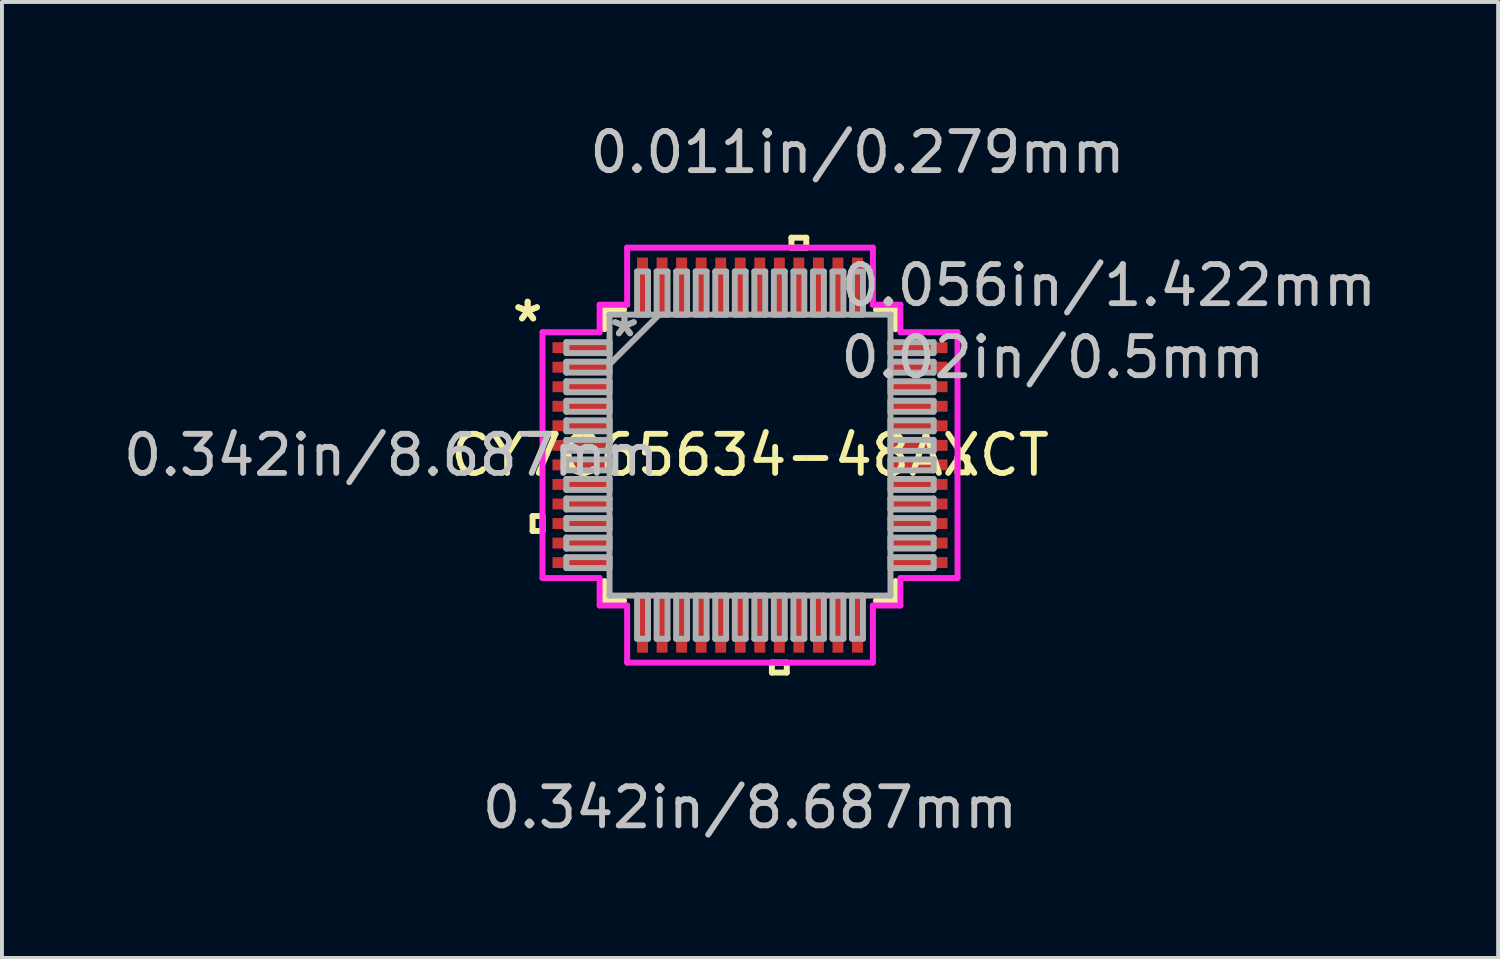
<source format=kicad_pcb>
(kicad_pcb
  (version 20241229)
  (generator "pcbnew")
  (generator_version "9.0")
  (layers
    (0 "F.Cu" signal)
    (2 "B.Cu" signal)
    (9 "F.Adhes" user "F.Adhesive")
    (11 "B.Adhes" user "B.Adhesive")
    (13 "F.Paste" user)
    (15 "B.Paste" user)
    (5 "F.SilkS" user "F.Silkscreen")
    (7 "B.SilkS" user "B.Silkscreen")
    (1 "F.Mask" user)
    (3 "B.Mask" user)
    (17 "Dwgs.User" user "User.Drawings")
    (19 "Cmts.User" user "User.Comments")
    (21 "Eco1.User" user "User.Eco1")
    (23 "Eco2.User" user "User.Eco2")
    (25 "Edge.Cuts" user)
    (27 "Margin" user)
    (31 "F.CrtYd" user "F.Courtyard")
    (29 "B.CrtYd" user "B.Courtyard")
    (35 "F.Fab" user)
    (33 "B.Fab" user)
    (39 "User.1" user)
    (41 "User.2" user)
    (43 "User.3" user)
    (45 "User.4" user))
  (footprint "CY7C65634-48AXCT"
    (layer "F.Cu")
    (at 16.14 8.595)
    (property "Reference" "CY7C65634-48AXCT" (at 0 0 0) (layer "F.SilkS") (effects (font (size 1 1) (thickness 0.15))))
    (attr through_hole)
    (fp_line (start -5.563 1.559) (end -5.563 1.94) (stroke (width 0.152) (type solid)) (layer "F.SilkS"))
    (fp_line (start -5.563 1.94) (end -5.309 1.94) (stroke (width 0.152) (type solid)) (layer "F.SilkS"))
    (fp_line (start -5.309 1.559) (end -5.563 1.559) (stroke (width 0.152) (type solid)) (layer "F.SilkS"))
    (fp_line (start -5.309 1.94) (end -5.309 1.559) (stroke (width 0.152) (type solid)) (layer "F.SilkS"))
    (fp_line (start -3.721 -3.721) (end -3.721 -3.222) (stroke (width 0.152) (type solid)) (layer "F.SilkS"))
    (fp_line (start -3.721 3.222) (end -3.721 3.721) (stroke (width 0.152) (type solid)) (layer "F.SilkS"))
    (fp_line (start -3.721 3.721) (end -3.222 3.721) (stroke (width 0.152) (type solid)) (layer "F.SilkS"))
    (fp_line (start -3.222 -3.721) (end -3.721 -3.721) (stroke (width 0.152) (type solid)) (layer "F.SilkS"))
    (fp_line (start 0.56 5.309) (end 0.56 5.563) (stroke (width 0.152) (type solid)) (layer "F.SilkS"))
    (fp_line (start 0.56 5.563) (end 0.941 5.563) (stroke (width 0.152) (type solid)) (layer "F.SilkS"))
    (fp_line (start 0.941 5.309) (end 0.56 5.309) (stroke (width 0.152) (type solid)) (layer "F.SilkS"))
    (fp_line (start 0.941 5.563) (end 0.941 5.309) (stroke (width 0.152) (type solid)) (layer "F.SilkS"))
    (fp_line (start 1.06 -5.563) (end 1.44 -5.563) (stroke (width 0.152) (type solid)) (layer "F.SilkS"))
    (fp_line (start 1.06 -5.309) (end 1.06 -5.563) (stroke (width 0.152) (type solid)) (layer "F.SilkS"))
    (fp_line (start 1.44 -5.563) (end 1.44 -5.309) (stroke (width 0.152) (type solid)) (layer "F.SilkS"))
    (fp_line (start 1.44 -5.309) (end 1.06 -5.309) (stroke (width 0.152) (type solid)) (layer "F.SilkS"))
    (fp_line (start 3.222 3.721) (end 3.721 3.721) (stroke (width 0.152) (type solid)) (layer "F.SilkS"))
    (fp_line (start 3.721 -3.721) (end 3.222 -3.721) (stroke (width 0.152) (type solid)) (layer "F.SilkS"))
    (fp_line (start 3.721 -3.222) (end 3.721 -3.721) (stroke (width 0.152) (type solid)) (layer "F.SilkS"))
    (fp_line (start 3.721 3.721) (end 3.721 3.222) (stroke (width 0.152) (type solid)) (layer "F.SilkS"))
    (fp_line (start 5.309 0.059) (end 5.563 0.059) (stroke (width 0.152) (type solid)) (layer "F.SilkS"))
    (fp_line (start 5.309 0.441) (end 5.309 0.059) (stroke (width 0.152) (type solid)) (layer "F.SilkS"))
    (fp_line (start 5.563 0.059) (end 5.563 0.441) (stroke (width 0.152) (type solid)) (layer "F.SilkS"))
    (fp_line (start 5.563 0.441) (end 5.309 0.441) (stroke (width 0.152) (type solid)) (layer "F.SilkS"))
    (fp_line (start -5.309 -3.144) (end -3.848 -3.144) (stroke (width 0.152) (type solid)) (layer "F.CrtYd"))
    (fp_line (start -5.309 3.144) (end -5.309 -3.144) (stroke (width 0.152) (type solid)) (layer "F.CrtYd"))
    (fp_line (start -3.848 -3.848) (end -3.144 -3.848) (stroke (width 0.152) (type solid)) (layer "F.CrtYd"))
    (fp_line (start -3.848 -3.144) (end -3.848 -3.848) (stroke (width 0.152) (type solid)) (layer "F.CrtYd"))
    (fp_line (start -3.848 3.144) (end -5.309 3.144) (stroke (width 0.152) (type solid)) (layer "F.CrtYd"))
    (fp_line (start -3.848 3.848) (end -3.848 3.144) (stroke (width 0.152) (type solid)) (layer "F.CrtYd"))
    (fp_line (start -3.144 -5.309) (end 3.144 -5.309) (stroke (width 0.152) (type solid)) (layer "F.CrtYd"))
    (fp_line (start -3.144 -3.848) (end -3.144 -5.309) (stroke (width 0.152) (type solid)) (layer "F.CrtYd"))
    (fp_line (start -3.144 3.848) (end -3.848 3.848) (stroke (width 0.152) (type solid)) (layer "F.CrtYd"))
    (fp_line (start -3.144 5.309) (end -3.144 3.848) (stroke (width 0.152) (type solid)) (layer "F.CrtYd"))
    (fp_line (start 3.144 -5.309) (end 3.144 -3.848) (stroke (width 0.152) (type solid)) (layer "F.CrtYd"))
    (fp_line (start 3.144 -3.848) (end 3.848 -3.848) (stroke (width 0.152) (type solid)) (layer "F.CrtYd"))
    (fp_line (start 3.144 3.848) (end 3.144 5.309) (stroke (width 0.152) (type solid)) (layer "F.CrtYd"))
    (fp_line (start 3.144 5.309) (end -3.144 5.309) (stroke (width 0.152) (type solid)) (layer "F.CrtYd"))
    (fp_line (start 3.848 -3.848) (end 3.848 -3.144) (stroke (width 0.152) (type solid)) (layer "F.CrtYd"))
    (fp_line (start 3.848 -3.144) (end 5.309 -3.144) (stroke (width 0.152) (type solid)) (layer "F.CrtYd"))
    (fp_line (start 3.848 3.144) (end 3.848 3.848) (stroke (width 0.152) (type solid)) (layer "F.CrtYd"))
    (fp_line (start 3.848 3.848) (end 3.144 3.848) (stroke (width 0.152) (type solid)) (layer "F.CrtYd"))
    (fp_line (start 5.309 -3.144) (end 5.309 3.144) (stroke (width 0.152) (type solid)) (layer "F.CrtYd"))
    (fp_line (start 5.309 3.144) (end 3.848 3.144) (stroke (width 0.152) (type solid)) (layer "F.CrtYd"))
    (fp_line (start -4.699 -2.89) (end -4.699 -2.61) (stroke (width 0.152) (type solid)) (layer "F.Fab"))
    (fp_line (start -4.699 -2.61) (end -3.594 -2.61) (stroke (width 0.152) (type solid)) (layer "F.Fab"))
    (fp_line (start -4.699 -2.39) (end -4.699 -2.11) (stroke (width 0.152) (type solid)) (layer "F.Fab"))
    (fp_line (start -4.699 -2.11) (end -3.594 -2.11) (stroke (width 0.152) (type solid)) (layer "F.Fab"))
    (fp_line (start -4.699 -1.89) (end -4.699 -1.61) (stroke (width 0.152) (type solid)) (layer "F.Fab"))
    (fp_line (start -4.699 -1.61) (end -3.594 -1.61) (stroke (width 0.152) (type solid)) (layer "F.Fab"))
    (fp_line (start -4.699 -1.39) (end -4.699 -1.11) (stroke (width 0.152) (type solid)) (layer "F.Fab"))
    (fp_line (start -4.699 -1.11) (end -3.594 -1.11) (stroke (width 0.152) (type solid)) (layer "F.Fab"))
    (fp_line (start -4.699 -0.89) (end -4.699 -0.61) (stroke (width 0.152) (type solid)) (layer "F.Fab"))
    (fp_line (start -4.699 -0.61) (end -3.594 -0.61) (stroke (width 0.152) (type solid)) (layer "F.Fab"))
    (fp_line (start -4.699 -0.39) (end -4.699 -0.11) (stroke (width 0.152) (type solid)) (layer "F.Fab"))
    (fp_line (start -4.699 -0.11) (end -3.594 -0.11) (stroke (width 0.152) (type solid)) (layer "F.Fab"))
    (fp_line (start -4.699 0.11) (end -4.699 0.39) (stroke (width 0.152) (type solid)) (layer "F.Fab"))
    (fp_line (start -4.699 0.39) (end -3.594 0.39) (stroke (width 0.152) (type solid)) (layer "F.Fab"))
    (fp_line (start -4.699 0.61) (end -4.699 0.89) (stroke (width 0.152) (type solid)) (layer "F.Fab"))
    (fp_line (start -4.699 0.89) (end -3.594 0.89) (stroke (width 0.152) (type solid)) (layer "F.Fab"))
    (fp_line (start -4.699 1.11) (end -4.699 1.39) (stroke (width 0.152) (type solid)) (layer "F.Fab"))
    (fp_line (start -4.699 1.39) (end -3.594 1.39) (stroke (width 0.152) (type solid)) (layer "F.Fab"))
    (fp_line (start -4.699 1.61) (end -4.699 1.89) (stroke (width 0.152) (type solid)) (layer "F.Fab"))
    (fp_line (start -4.699 1.89) (end -3.594 1.89) (stroke (width 0.152) (type solid)) (layer "F.Fab"))
    (fp_line (start -4.699 2.11) (end -4.699 2.39) (stroke (width 0.152) (type solid)) (layer "F.Fab"))
    (fp_line (start -4.699 2.39) (end -3.594 2.39) (stroke (width 0.152) (type solid)) (layer "F.Fab"))
    (fp_line (start -4.699 2.61) (end -4.699 2.89) (stroke (width 0.152) (type solid)) (layer "F.Fab"))
    (fp_line (start -4.699 2.89) (end -3.594 2.89) (stroke (width 0.152) (type solid)) (layer "F.Fab"))
    (fp_line (start -3.594 -3.594) (end -3.594 -3.594) (stroke (width 0.152) (type solid)) (layer "F.Fab"))
    (fp_line (start -3.594 -3.594) (end -3.594 3.594) (stroke (width 0.152) (type solid)) (layer "F.Fab"))
    (fp_line (start -3.594 -2.89) (end -4.699 -2.89) (stroke (width 0.152) (type solid)) (layer "F.Fab"))
    (fp_line (start -3.594 -2.61) (end -3.594 -2.89) (stroke (width 0.152) (type solid)) (layer "F.Fab"))
    (fp_line (start -3.594 -2.39) (end -4.699 -2.39) (stroke (width 0.152) (type solid)) (layer "F.Fab"))
    (fp_line (start -3.594 -2.324) (end -2.324 -3.594) (stroke (width 0.152) (type solid)) (layer "F.Fab"))
    (fp_line (start -3.594 -2.11) (end -3.594 -2.39) (stroke (width 0.152) (type solid)) (layer "F.Fab"))
    (fp_line (start -3.594 -1.89) (end -4.699 -1.89) (stroke (width 0.152) (type solid)) (layer "F.Fab"))
    (fp_line (start -3.594 -1.61) (end -3.594 -1.89) (stroke (width 0.152) (type solid)) (layer "F.Fab"))
    (fp_line (start -3.594 -1.39) (end -4.699 -1.39) (stroke (width 0.152) (type solid)) (layer "F.Fab"))
    (fp_line (start -3.594 -1.11) (end -3.594 -1.39) (stroke (width 0.152) (type solid)) (layer "F.Fab"))
    (fp_line (start -3.594 -0.89) (end -4.699 -0.89) (stroke (width 0.152) (type solid)) (layer "F.Fab"))
    (fp_line (start -3.594 -0.61) (end -3.594 -0.89) (stroke (width 0.152) (type solid)) (layer "F.Fab"))
    (fp_line (start -3.594 -0.39) (end -4.699 -0.39) (stroke (width 0.152) (type solid)) (layer "F.Fab"))
    (fp_line (start -3.594 -0.11) (end -3.594 -0.39) (stroke (width 0.152) (type solid)) (layer "F.Fab"))
    (fp_line (start -3.594 0.11) (end -4.699 0.11) (stroke (width 0.152) (type solid)) (layer "F.Fab"))
    (fp_line (start -3.594 0.39) (end -3.594 0.11) (stroke (width 0.152) (type solid)) (layer "F.Fab"))
    (fp_line (start -3.594 0.61) (end -4.699 0.61) (stroke (width 0.152) (type solid)) (layer "F.Fab"))
    (fp_line (start -3.594 0.89) (end -3.594 0.61) (stroke (width 0.152) (type solid)) (layer "F.Fab"))
    (fp_line (start -3.594 1.11) (end -4.699 1.11) (stroke (width 0.152) (type solid)) (layer "F.Fab"))
    (fp_line (start -3.594 1.39) (end -3.594 1.11) (stroke (width 0.152) (type solid)) (layer "F.Fab"))
    (fp_line (start -3.594 1.61) (end -4.699 1.61) (stroke (width 0.152) (type solid)) (layer "F.Fab"))
    (fp_line (start -3.594 1.89) (end -3.594 1.61) (stroke (width 0.152) (type solid)) (layer "F.Fab"))
    (fp_line (start -3.594 2.11) (end -4.699 2.11) (stroke (width 0.152) (type solid)) (layer "F.Fab"))
    (fp_line (start -3.594 2.39) (end -3.594 2.11) (stroke (width 0.152) (type solid)) (layer "F.Fab"))
    (fp_line (start -3.594 2.61) (end -4.699 2.61) (stroke (width 0.152) (type solid)) (layer "F.Fab"))
    (fp_line (start -3.594 2.89) (end -3.594 2.61) (stroke (width 0.152) (type solid)) (layer "F.Fab"))
    (fp_line (start -3.594 3.594) (end -3.594 3.594) (stroke (width 0.152) (type solid)) (layer "F.Fab"))
    (fp_line (start -3.594 3.594) (end 3.594 3.594) (stroke (width 0.152) (type solid)) (layer "F.Fab"))
    (fp_line (start -2.89 -4.699) (end -2.89 -3.594) (stroke (width 0.152) (type solid)) (layer "F.Fab"))
    (fp_line (start -2.89 -3.594) (end -2.61 -3.594) (stroke (width 0.152) (type solid)) (layer "F.Fab"))
    (fp_line (start -2.89 3.594) (end -2.89 4.699) (stroke (width 0.152) (type solid)) (layer "F.Fab"))
    (fp_line (start -2.89 4.699) (end -2.61 4.699) (stroke (width 0.152) (type solid)) (layer "F.Fab"))
    (fp_line (start -2.61 -4.699) (end -2.89 -4.699) (stroke (width 0.152) (type solid)) (layer "F.Fab"))
    (fp_line (start -2.61 -3.594) (end -2.61 -4.699) (stroke (width 0.152) (type solid)) (layer "F.Fab"))
    (fp_line (start -2.61 3.594) (end -2.89 3.594) (stroke (width 0.152) (type solid)) (layer "F.Fab"))
    (fp_line (start -2.61 4.699) (end -2.61 3.594) (stroke (width 0.152) (type solid)) (layer "F.Fab"))
    (fp_line (start -2.39 -4.699) (end -2.39 -3.594) (stroke (width 0.152) (type solid)) (layer "F.Fab"))
    (fp_line (start -2.39 -3.594) (end -2.11 -3.594) (stroke (width 0.152) (type solid)) (layer "F.Fab"))
    (fp_line (start -2.39 3.594) (end -2.39 4.699) (stroke (width 0.152) (type solid)) (layer "F.Fab"))
    (fp_line (start -2.39 4.699) (end -2.11 4.699) (stroke (width 0.152) (type solid)) (layer "F.Fab"))
    (fp_line (start -2.11 -4.699) (end -2.39 -4.699) (stroke (width 0.152) (type solid)) (layer "F.Fab"))
    (fp_line (start -2.11 -3.594) (end -2.11 -4.699) (stroke (width 0.152) (type solid)) (layer "F.Fab"))
    (fp_line (start -2.11 3.594) (end -2.39 3.594) (stroke (width 0.152) (type solid)) (layer "F.Fab"))
    (fp_line (start -2.11 4.699) (end -2.11 3.594) (stroke (width 0.152) (type solid)) (layer "F.Fab"))
    (fp_line (start -1.89 -4.699) (end -1.89 -3.594) (stroke (width 0.152) (type solid)) (layer "F.Fab"))
    (fp_line (start -1.89 -3.594) (end -1.61 -3.594) (stroke (width 0.152) (type solid)) (layer "F.Fab"))
    (fp_line (start -1.89 3.594) (end -1.89 4.699) (stroke (width 0.152) (type solid)) (layer "F.Fab"))
    (fp_line (start -1.89 4.699) (end -1.61 4.699) (stroke (width 0.152) (type solid)) (layer "F.Fab"))
    (fp_line (start -1.61 -4.699) (end -1.89 -4.699) (stroke (width 0.152) (type solid)) (layer "F.Fab"))
    (fp_line (start -1.61 -3.594) (end -1.61 -4.699) (stroke (width 0.152) (type solid)) (layer "F.Fab"))
    (fp_line (start -1.61 3.594) (end -1.89 3.594) (stroke (width 0.152) (type solid)) (layer "F.Fab"))
    (fp_line (start -1.61 4.699) (end -1.61 3.594) (stroke (width 0.152) (type solid)) (layer "F.Fab"))
    (fp_line (start -1.39 -4.699) (end -1.39 -3.594) (stroke (width 0.152) (type solid)) (layer "F.Fab"))
    (fp_line (start -1.39 -3.594) (end -1.11 -3.594) (stroke (width 0.152) (type solid)) (layer "F.Fab"))
    (fp_line (start -1.39 3.594) (end -1.39 4.699) (stroke (width 0.152) (type solid)) (layer "F.Fab"))
    (fp_line (start -1.39 4.699) (end -1.11 4.699) (stroke (width 0.152) (type solid)) (layer "F.Fab"))
    (fp_line (start -1.11 -4.699) (end -1.39 -4.699) (stroke (width 0.152) (type solid)) (layer "F.Fab"))
    (fp_line (start -1.11 -3.594) (end -1.11 -4.699) (stroke (width 0.152) (type solid)) (layer "F.Fab"))
    (fp_line (start -1.11 3.594) (end -1.39 3.594) (stroke (width 0.152) (type solid)) (layer "F.Fab"))
    (fp_line (start -1.11 4.699) (end -1.11 3.594) (stroke (width 0.152) (type solid)) (layer "F.Fab"))
    (fp_line (start -0.89 -4.699) (end -0.89 -3.594) (stroke (width 0.152) (type solid)) (layer "F.Fab"))
    (fp_line (start -0.89 -3.594) (end -0.61 -3.594) (stroke (width 0.152) (type solid)) (layer "F.Fab"))
    (fp_line (start -0.89 3.594) (end -0.89 4.699) (stroke (width 0.152) (type solid)) (layer "F.Fab"))
    (fp_line (start -0.89 4.699) (end -0.61 4.699) (stroke (width 0.152) (type solid)) (layer "F.Fab"))
    (fp_line (start -0.61 -4.699) (end -0.89 -4.699) (stroke (width 0.152) (type solid)) (layer "F.Fab"))
    (fp_line (start -0.61 -3.594) (end -0.61 -4.699) (stroke (width 0.152) (type solid)) (layer "F.Fab"))
    (fp_line (start -0.61 3.594) (end -0.89 3.594) (stroke (width 0.152) (type solid)) (layer "F.Fab"))
    (fp_line (start -0.61 4.699) (end -0.61 3.594) (stroke (width 0.152) (type solid)) (layer "F.Fab"))
    (fp_line (start -0.39 -4.699) (end -0.39 -3.594) (stroke (width 0.152) (type solid)) (layer "F.Fab"))
    (fp_line (start -0.39 -3.594) (end -0.11 -3.594) (stroke (width 0.152) (type solid)) (layer "F.Fab"))
    (fp_line (start -0.39 3.594) (end -0.39 4.699) (stroke (width 0.152) (type solid)) (layer "F.Fab"))
    (fp_line (start -0.39 4.699) (end -0.11 4.699) (stroke (width 0.152) (type solid)) (layer "F.Fab"))
    (fp_line (start -0.11 -4.699) (end -0.39 -4.699) (stroke (width 0.152) (type solid)) (layer "F.Fab"))
    (fp_line (start -0.11 -3.594) (end -0.11 -4.699) (stroke (width 0.152) (type solid)) (layer "F.Fab"))
    (fp_line (start -0.11 3.594) (end -0.39 3.594) (stroke (width 0.152) (type solid)) (layer "F.Fab"))
    (fp_line (start -0.11 4.699) (end -0.11 3.594) (stroke (width 0.152) (type solid)) (layer "F.Fab"))
    (fp_line (start 0.11 -4.699) (end 0.11 -3.594) (stroke (width 0.152) (type solid)) (layer "F.Fab"))
    (fp_line (start 0.11 -3.594) (end 0.39 -3.594) (stroke (width 0.152) (type solid)) (layer "F.Fab"))
    (fp_line (start 0.11 3.594) (end 0.11 4.699) (stroke (width 0.152) (type solid)) (layer "F.Fab"))
    (fp_line (start 0.11 4.699) (end 0.39 4.699) (stroke (width 0.152) (type solid)) (layer "F.Fab"))
    (fp_line (start 0.39 -4.699) (end 0.11 -4.699) (stroke (width 0.152) (type solid)) (layer "F.Fab"))
    (fp_line (start 0.39 -3.594) (end 0.39 -4.699) (stroke (width 0.152) (type solid)) (layer "F.Fab"))
    (fp_line (start 0.39 3.594) (end 0.11 3.594) (stroke (width 0.152) (type solid)) (layer "F.Fab"))
    (fp_line (start 0.39 4.699) (end 0.39 3.594) (stroke (width 0.152) (type solid)) (layer "F.Fab"))
    (fp_line (start 0.61 -4.699) (end 0.61 -3.594) (stroke (width 0.152) (type solid)) (layer "F.Fab"))
    (fp_line (start 0.61 -3.594) (end 0.89 -3.594) (stroke (width 0.152) (type solid)) (layer "F.Fab"))
    (fp_line (start 0.61 3.594) (end 0.61 4.699) (stroke (width 0.152) (type solid)) (layer "F.Fab"))
    (fp_line (start 0.61 4.699) (end 0.89 4.699) (stroke (width 0.152) (type solid)) (layer "F.Fab"))
    (fp_line (start 0.89 -4.699) (end 0.61 -4.699) (stroke (width 0.152) (type solid)) (layer "F.Fab"))
    (fp_line (start 0.89 -3.594) (end 0.89 -4.699) (stroke (width 0.152) (type solid)) (layer "F.Fab"))
    (fp_line (start 0.89 3.594) (end 0.61 3.594) (stroke (width 0.152) (type solid)) (layer "F.Fab"))
    (fp_line (start 0.89 4.699) (end 0.89 3.594) (stroke (width 0.152) (type solid)) (layer "F.Fab"))
    (fp_line (start 1.11 -4.699) (end 1.11 -3.594) (stroke (width 0.152) (type solid)) (layer "F.Fab"))
    (fp_line (start 1.11 -3.594) (end 1.39 -3.594) (stroke (width 0.152) (type solid)) (layer "F.Fab"))
    (fp_line (start 1.11 3.594) (end 1.11 4.699) (stroke (width 0.152) (type solid)) (layer "F.Fab"))
    (fp_line (start 1.11 4.699) (end 1.39 4.699) (stroke (width 0.152) (type solid)) (layer "F.Fab"))
    (fp_line (start 1.39 -4.699) (end 1.11 -4.699) (stroke (width 0.152) (type solid)) (layer "F.Fab"))
    (fp_line (start 1.39 -3.594) (end 1.39 -4.699) (stroke (width 0.152) (type solid)) (layer "F.Fab"))
    (fp_line (start 1.39 3.594) (end 1.11 3.594) (stroke (width 0.152) (type solid)) (layer "F.Fab"))
    (fp_line (start 1.39 4.699) (end 1.39 3.594) (stroke (width 0.152) (type solid)) (layer "F.Fab"))
    (fp_line (start 1.61 -4.699) (end 1.61 -3.594) (stroke (width 0.152) (type solid)) (layer "F.Fab"))
    (fp_line (start 1.61 -3.594) (end 1.89 -3.594) (stroke (width 0.152) (type solid)) (layer "F.Fab"))
    (fp_line (start 1.61 3.594) (end 1.61 4.699) (stroke (width 0.152) (type solid)) (layer "F.Fab"))
    (fp_line (start 1.61 4.699) (end 1.89 4.699) (stroke (width 0.152) (type solid)) (layer "F.Fab"))
    (fp_line (start 1.89 -4.699) (end 1.61 -4.699) (stroke (width 0.152) (type solid)) (layer "F.Fab"))
    (fp_line (start 1.89 -3.594) (end 1.89 -4.699) (stroke (width 0.152) (type solid)) (layer "F.Fab"))
    (fp_line (start 1.89 3.594) (end 1.61 3.594) (stroke (width 0.152) (type solid)) (layer "F.Fab"))
    (fp_line (start 1.89 4.699) (end 1.89 3.594) (stroke (width 0.152) (type solid)) (layer "F.Fab"))
    (fp_line (start 2.11 -4.699) (end 2.11 -3.594) (stroke (width 0.152) (type solid)) (layer "F.Fab"))
    (fp_line (start 2.11 -3.594) (end 2.39 -3.594) (stroke (width 0.152) (type solid)) (layer "F.Fab"))
    (fp_line (start 2.11 3.594) (end 2.11 4.699) (stroke (width 0.152) (type solid)) (layer "F.Fab"))
    (fp_line (start 2.11 4.699) (end 2.39 4.699) (stroke (width 0.152) (type solid)) (layer "F.Fab"))
    (fp_line (start 2.39 -4.699) (end 2.11 -4.699) (stroke (width 0.152) (type solid)) (layer "F.Fab"))
    (fp_line (start 2.39 -3.594) (end 2.39 -4.699) (stroke (width 0.152) (type solid)) (layer "F.Fab"))
    (fp_line (start 2.39 3.594) (end 2.11 3.594) (stroke (width 0.152) (type solid)) (layer "F.Fab"))
    (fp_line (start 2.39 4.699) (end 2.39 3.594) (stroke (width 0.152) (type solid)) (layer "F.Fab"))
    (fp_line (start 2.61 -4.699) (end 2.61 -3.594) (stroke (width 0.152) (type solid)) (layer "F.Fab"))
    (fp_line (start 2.61 -3.594) (end 2.89 -3.594) (stroke (width 0.152) (type solid)) (layer "F.Fab"))
    (fp_line (start 2.61 3.594) (end 2.61 4.699) (stroke (width 0.152) (type solid)) (layer "F.Fab"))
    (fp_line (start 2.61 4.699) (end 2.89 4.699) (stroke (width 0.152) (type solid)) (layer "F.Fab"))
    (fp_line (start 2.89 -4.699) (end 2.61 -4.699) (stroke (width 0.152) (type solid)) (layer "F.Fab"))
    (fp_line (start 2.89 -3.594) (end 2.89 -4.699) (stroke (width 0.152) (type solid)) (layer "F.Fab"))
    (fp_line (start 2.89 3.594) (end 2.61 3.594) (stroke (width 0.152) (type solid)) (layer "F.Fab"))
    (fp_line (start 2.89 4.699) (end 2.89 3.594) (stroke (width 0.152) (type solid)) (layer "F.Fab"))
    (fp_line (start 3.594 -3.594) (end -3.594 -3.594) (stroke (width 0.152) (type solid)) (layer "F.Fab"))
    (fp_line (start 3.594 -3.594) (end 3.594 -3.594) (stroke (width 0.152) (type solid)) (layer "F.Fab"))
    (fp_line (start 3.594 -2.89) (end 3.594 -2.61) (stroke (width 0.152) (type solid)) (layer "F.Fab"))
    (fp_line (start 3.594 -2.61) (end 4.699 -2.61) (stroke (width 0.152) (type solid)) (layer "F.Fab"))
    (fp_line (start 3.594 -2.39) (end 3.594 -2.11) (stroke (width 0.152) (type solid)) (layer "F.Fab"))
    (fp_line (start 3.594 -2.11) (end 4.699 -2.11) (stroke (width 0.152) (type solid)) (layer "F.Fab"))
    (fp_line (start 3.594 -1.89) (end 3.594 -1.61) (stroke (width 0.152) (type solid)) (layer "F.Fab"))
    (fp_line (start 3.594 -1.61) (end 4.699 -1.61) (stroke (width 0.152) (type solid)) (layer "F.Fab"))
    (fp_line (start 3.594 -1.39) (end 3.594 -1.11) (stroke (width 0.152) (type solid)) (layer "F.Fab"))
    (fp_line (start 3.594 -1.11) (end 4.699 -1.11) (stroke (width 0.152) (type solid)) (layer "F.Fab"))
    (fp_line (start 3.594 -0.89) (end 3.594 -0.61) (stroke (width 0.152) (type solid)) (layer "F.Fab"))
    (fp_line (start 3.594 -0.61) (end 4.699 -0.61) (stroke (width 0.152) (type solid)) (layer "F.Fab"))
    (fp_line (start 3.594 -0.39) (end 3.594 -0.11) (stroke (width 0.152) (type solid)) (layer "F.Fab"))
    (fp_line (start 3.594 -0.11) (end 4.699 -0.11) (stroke (width 0.152) (type solid)) (layer "F.Fab"))
    (fp_line (start 3.594 0.11) (end 3.594 0.39) (stroke (width 0.152) (type solid)) (layer "F.Fab"))
    (fp_line (start 3.594 0.39) (end 4.699 0.39) (stroke (width 0.152) (type solid)) (layer "F.Fab"))
    (fp_line (start 3.594 0.61) (end 3.594 0.89) (stroke (width 0.152) (type solid)) (layer "F.Fab"))
    (fp_line (start 3.594 0.89) (end 4.699 0.89) (stroke (width 0.152) (type solid)) (layer "F.Fab"))
    (fp_line (start 3.594 1.11) (end 3.594 1.39) (stroke (width 0.152) (type solid)) (layer "F.Fab"))
    (fp_line (start 3.594 1.39) (end 4.699 1.39) (stroke (width 0.152) (type solid)) (layer "F.Fab"))
    (fp_line (start 3.594 1.61) (end 3.594 1.89) (stroke (width 0.152) (type solid)) (layer "F.Fab"))
    (fp_line (start 3.594 1.89) (end 4.699 1.89) (stroke (width 0.152) (type solid)) (layer "F.Fab"))
    (fp_line (start 3.594 2.11) (end 3.594 2.39) (stroke (width 0.152) (type solid)) (layer "F.Fab"))
    (fp_line (start 3.594 2.39) (end 4.699 2.39) (stroke (width 0.152) (type solid)) (layer "F.Fab"))
    (fp_line (start 3.594 2.61) (end 3.594 2.89) (stroke (width 0.152) (type solid)) (layer "F.Fab"))
    (fp_line (start 3.594 2.89) (end 4.699 2.89) (stroke (width 0.152) (type solid)) (layer "F.Fab"))
    (fp_line (start 3.594 3.594) (end 3.594 -3.594) (stroke (width 0.152) (type solid)) (layer "F.Fab"))
    (fp_line (start 3.594 3.594) (end 3.594 3.594) (stroke (width 0.152) (type solid)) (layer "F.Fab"))
    (fp_line (start 4.699 -2.89) (end 3.594 -2.89) (stroke (width 0.152) (type solid)) (layer "F.Fab"))
    (fp_line (start 4.699 -2.61) (end 4.699 -2.89) (stroke (width 0.152) (type solid)) (layer "F.Fab"))
    (fp_line (start 4.699 -2.39) (end 3.594 -2.39) (stroke (width 0.152) (type solid)) (layer "F.Fab"))
    (fp_line (start 4.699 -2.11) (end 4.699 -2.39) (stroke (width 0.152) (type solid)) (layer "F.Fab"))
    (fp_line (start 4.699 -1.89) (end 3.594 -1.89) (stroke (width 0.152) (type solid)) (layer "F.Fab"))
    (fp_line (start 4.699 -1.61) (end 4.699 -1.89) (stroke (width 0.152) (type solid)) (layer "F.Fab"))
    (fp_line (start 4.699 -1.39) (end 3.594 -1.39) (stroke (width 0.152) (type solid)) (layer "F.Fab"))
    (fp_line (start 4.699 -1.11) (end 4.699 -1.39) (stroke (width 0.152) (type solid)) (layer "F.Fab"))
    (fp_line (start 4.699 -0.89) (end 3.594 -0.89) (stroke (width 0.152) (type solid)) (layer "F.Fab"))
    (fp_line (start 4.699 -0.61) (end 4.699 -0.89) (stroke (width 0.152) (type solid)) (layer "F.Fab"))
    (fp_line (start 4.699 -0.39) (end 3.594 -0.39) (stroke (width 0.152) (type solid)) (layer "F.Fab"))
    (fp_line (start 4.699 -0.11) (end 4.699 -0.39) (stroke (width 0.152) (type solid)) (layer "F.Fab"))
    (fp_line (start 4.699 0.11) (end 3.594 0.11) (stroke (width 0.152) (type solid)) (layer "F.Fab"))
    (fp_line (start 4.699 0.39) (end 4.699 0.11) (stroke (width 0.152) (type solid)) (layer "F.Fab"))
    (fp_line (start 4.699 0.61) (end 3.594 0.61) (stroke (width 0.152) (type solid)) (layer "F.Fab"))
    (fp_line (start 4.699 0.89) (end 4.699 0.61) (stroke (width 0.152) (type solid)) (layer "F.Fab"))
    (fp_line (start 4.699 1.11) (end 3.594 1.11) (stroke (width 0.152) (type solid)) (layer "F.Fab"))
    (fp_line (start 4.699 1.39) (end 4.699 1.11) (stroke (width 0.152) (type solid)) (layer "F.Fab"))
    (fp_line (start 4.699 1.61) (end 3.594 1.61) (stroke (width 0.152) (type solid)) (layer "F.Fab"))
    (fp_line (start 4.699 1.89) (end 4.699 1.61) (stroke (width 0.152) (type solid)) (layer "F.Fab"))
    (fp_line (start 4.699 2.11) (end 3.594 2.11) (stroke (width 0.152) (type solid)) (layer "F.Fab"))
    (fp_line (start 4.699 2.39) (end 4.699 2.11) (stroke (width 0.152) (type solid)) (layer "F.Fab"))
    (fp_line (start 4.699 2.61) (end 3.594 2.61) (stroke (width 0.152) (type solid)) (layer "F.Fab"))
    (fp_line (start 4.699 2.89) (end 4.699 2.61) (stroke (width 0.152) (type solid)) (layer "F.Fab"))
    (fp_text user "*" (at -5.69 -3.381 0) (layer "F.SilkS") (effects (font (size 1 1) (thickness 0.15))))
    (fp_text user "*" (at -5.69 -3.381 0) (layer "F.SilkS") (effects (font (size 1 1) (thickness 0.15))))
    (fp_text user "0.342in/8.687mm" (at 0 9.017 0) (layer "Dwgs.User") (effects (font (size 1 1) (thickness 0.15))))
    (fp_text user "0.02in/0.5mm" (at 7.747 -2.5 0) (layer "Dwgs.User") (effects (font (size 1 1) (thickness 0.15))))
    (fp_text user "0.056in/1.422mm" (at 9.182 -4.343 0) (layer "Dwgs.User") (effects (font (size 1 1) (thickness 0.15))))
    (fp_text user "0.342in/8.687mm" (at -9.182 0 0) (layer "Dwgs.User") (effects (font (size 1 1) (thickness 0.15))))
    (fp_text user "0.011in/0.279mm" (at 2.75 -7.747 0) (layer "Dwgs.User") (effects (font (size 1 1) (thickness 0.15))))
    (fp_text user "Copyright 2016 Accelerated Designs. All rights reserved." (at 0 0 0) (layer "Cmts.User") (effects (font (size 0.127 0.127) (thickness 0.002))))
    (fp_text user "*" (at -3.213 -3 0) (layer "F.Fab") (effects (font (size 1 1) (thickness 0.15))))
    (fp_text user "*" (at -3.213 -3 0) (layer "F.Fab") (effects (font (size 1 1) (thickness 0.15))))
    (pad "1" smd rect (at -4.343 -2.75 90) (size 0.279 1.422) (layers "F.Cu" "F.Mask" "F.Paste"))
    (pad "2" smd rect (at -4.343 -2.25 90) (size 0.279 1.422) (layers "F.Cu" "F.Mask" "F.Paste"))
    (pad "3" smd rect (at -4.343 -1.75 90) (size 0.279 1.422) (layers "F.Cu" "F.Mask" "F.Paste"))
    (pad "4" smd rect (at -4.343 -1.25 90) (size 0.279 1.422) (layers "F.Cu" "F.Mask" "F.Paste"))
    (pad "5" smd rect (at -4.343 -0.75 90) (size 0.279 1.422) (layers "F.Cu" "F.Mask" "F.Paste"))
    (pad "6" smd rect (at -4.343 -0.25 90) (size 0.279 1.422) (layers "F.Cu" "F.Mask" "F.Paste"))
    (pad "7" smd rect (at -4.343 0.25 90) (size 0.279 1.422) (layers "F.Cu" "F.Mask" "F.Paste"))
    (pad "8" smd rect (at -4.343 0.75 90) (size 0.279 1.422) (layers "F.Cu" "F.Mask" "F.Paste"))
    (pad "9" smd rect (at -4.343 1.25 90) (size 0.279 1.422) (layers "F.Cu" "F.Mask" "F.Paste"))
    (pad "10" smd rect (at -4.343 1.75 90) (size 0.279 1.422) (layers "F.Cu" "F.Mask" "F.Paste"))
    (pad "11" smd rect (at -4.343 2.25 90) (size 0.279 1.422) (layers "F.Cu" "F.Mask" "F.Paste"))
    (pad "12" smd rect (at -4.343 2.75 90) (size 0.279 1.422) (layers "F.Cu" "F.Mask" "F.Paste"))
    (pad "13" smd rect (at -2.75 4.343) (size 0.279 1.422) (layers "F.Cu" "F.Mask" "F.Paste"))
    (pad "14" smd rect (at -2.25 4.343) (size 0.279 1.422) (layers "F.Cu" "F.Mask" "F.Paste"))
    (pad "15" smd rect (at -1.75 4.343) (size 0.279 1.422) (layers "F.Cu" "F.Mask" "F.Paste"))
    (pad "16" smd rect (at -1.25 4.343) (size 0.279 1.422) (layers "F.Cu" "F.Mask" "F.Paste"))
    (pad "17" smd rect (at -0.75 4.343) (size 0.279 1.422) (layers "F.Cu" "F.Mask" "F.Paste"))
    (pad "18" smd rect (at -0.25 4.343) (size 0.279 1.422) (layers "F.Cu" "F.Mask" "F.Paste"))
    (pad "19" smd rect (at 0.25 4.343) (size 0.279 1.422) (layers "F.Cu" "F.Mask" "F.Paste"))
    (pad "20" smd rect (at 0.75 4.343) (size 0.279 1.422) (layers "F.Cu" "F.Mask" "F.Paste"))
    (pad "21" smd rect (at 1.25 4.343) (size 0.279 1.422) (layers "F.Cu" "F.Mask" "F.Paste"))
    (pad "22" smd rect (at 1.75 4.343) (size 0.279 1.422) (layers "F.Cu" "F.Mask" "F.Paste"))
    (pad "23" smd rect (at 2.25 4.343) (size 0.279 1.422) (layers "F.Cu" "F.Mask" "F.Paste"))
    (pad "24" smd rect (at 2.75 4.343) (size 0.279 1.422) (layers "F.Cu" "F.Mask" "F.Paste"))
    (pad "25" smd rect (at 4.343 2.75 90) (size 0.279 1.422) (layers "F.Cu" "F.Mask" "F.Paste"))
    (pad "26" smd rect (at 4.343 2.25 90) (size 0.279 1.422) (layers "F.Cu" "F.Mask" "F.Paste"))
    (pad "27" smd rect (at 4.343 1.75 90) (size 0.279 1.422) (layers "F.Cu" "F.Mask" "F.Paste"))
    (pad "28" smd rect (at 4.343 1.25 90) (size 0.279 1.422) (layers "F.Cu" "F.Mask" "F.Paste"))
    (pad "29" smd rect (at 4.343 0.75 90) (size 0.279 1.422) (layers "F.Cu" "F.Mask" "F.Paste"))
    (pad "30" smd rect (at 4.343 0.25 90) (size 0.279 1.422) (layers "F.Cu" "F.Mask" "F.Paste"))
    (pad "31" smd rect (at 4.343 -0.25 90) (size 0.279 1.422) (layers "F.Cu" "F.Mask" "F.Paste"))
    (pad "32" smd rect (at 4.343 -0.75 90) (size 0.279 1.422) (layers "F.Cu" "F.Mask" "F.Paste"))
    (pad "33" smd rect (at 4.343 -1.25 90) (size 0.279 1.422) (layers "F.Cu" "F.Mask" "F.Paste"))
    (pad "34" smd rect (at 4.343 -1.75 90) (size 0.279 1.422) (layers "F.Cu" "F.Mask" "F.Paste"))
    (pad "35" smd rect (at 4.343 -2.25 90) (size 0.279 1.422) (layers "F.Cu" "F.Mask" "F.Paste"))
    (pad "36" smd rect (at 4.343 -2.75 90) (size 0.279 1.422) (layers "F.Cu" "F.Mask" "F.Paste"))
    (pad "37" smd rect (at 2.75 -4.343) (size 0.279 1.422) (layers "F.Cu" "F.Mask" "F.Paste"))
    (pad "38" smd rect (at 2.25 -4.343) (size 0.279 1.422) (layers "F.Cu" "F.Mask" "F.Paste"))
    (pad "39" smd rect (at 1.75 -4.343) (size 0.279 1.422) (layers "F.Cu" "F.Mask" "F.Paste"))
    (pad "40" smd rect (at 1.25 -4.343) (size 0.279 1.422) (layers "F.Cu" "F.Mask" "F.Paste"))
    (pad "41" smd rect (at 0.75 -4.343) (size 0.279 1.422) (layers "F.Cu" "F.Mask" "F.Paste"))
    (pad "42" smd rect (at 0.25 -4.343) (size 0.279 1.422) (layers "F.Cu" "F.Mask" "F.Paste"))
    (pad "43" smd rect (at -0.25 -4.343) (size 0.279 1.422) (layers "F.Cu" "F.Mask" "F.Paste"))
    (pad "44" smd rect (at -0.75 -4.343) (size 0.279 1.422) (layers "F.Cu" "F.Mask" "F.Paste"))
    (pad "45" smd rect (at -1.25 -4.343) (size 0.279 1.422) (layers "F.Cu" "F.Mask" "F.Paste"))
    (pad "46" smd rect (at -1.75 -4.343) (size 0.279 1.422) (layers "F.Cu" "F.Mask" "F.Paste"))
    (pad "47" smd rect (at -2.25 -4.343) (size 0.279 1.422) (layers "F.Cu" "F.Mask" "F.Paste"))
    (pad "48" smd rect (at -2.75 -4.343) (size 0.279 1.422) (layers "F.Cu" "F.Mask" "F.Paste")))
  (gr_rect
    (start -3 -3)
    (end 35.281 21.46)
    (stroke (width 0.1) (type default))
    (fill no)
    (layer "Edge.Cuts")))
</source>
